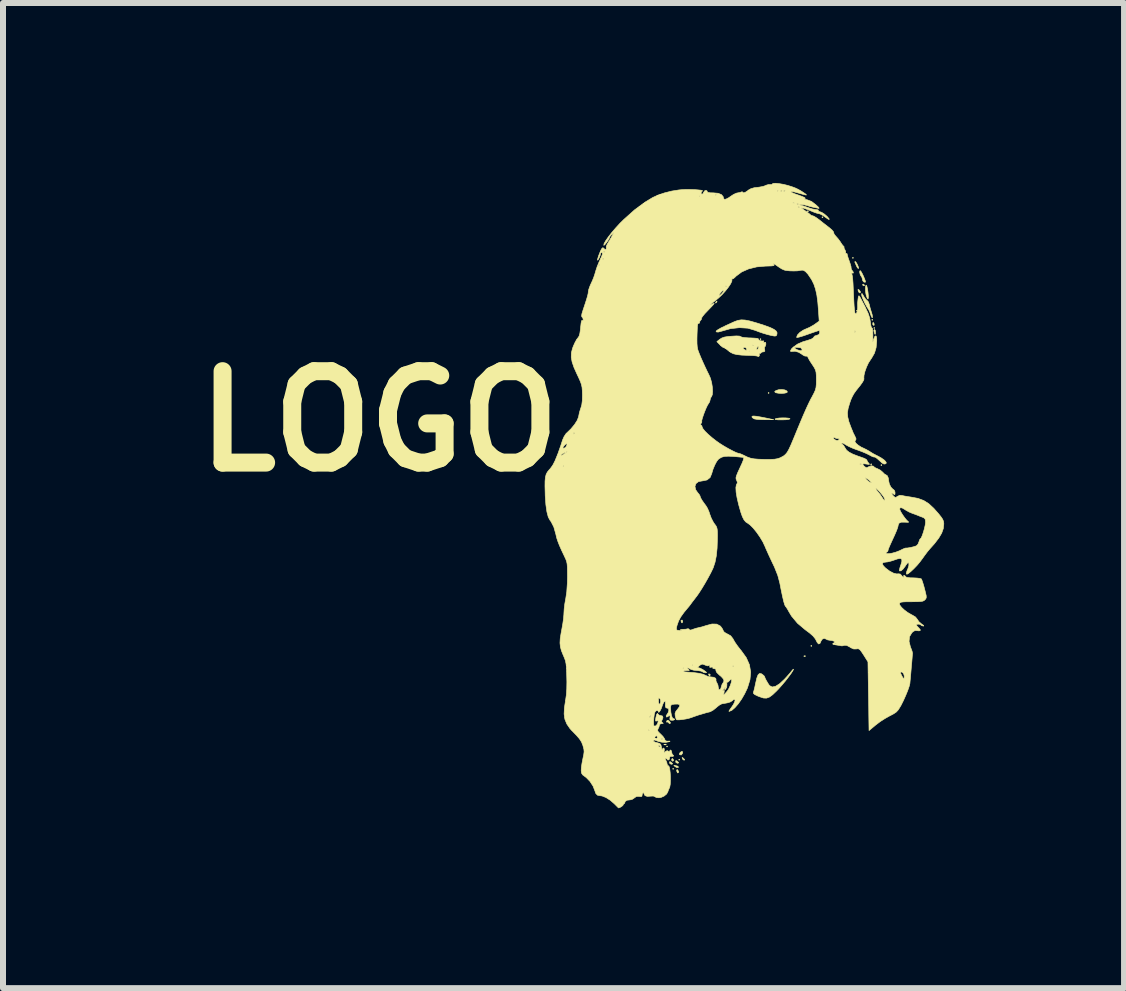
<source format=kicad_pcb>
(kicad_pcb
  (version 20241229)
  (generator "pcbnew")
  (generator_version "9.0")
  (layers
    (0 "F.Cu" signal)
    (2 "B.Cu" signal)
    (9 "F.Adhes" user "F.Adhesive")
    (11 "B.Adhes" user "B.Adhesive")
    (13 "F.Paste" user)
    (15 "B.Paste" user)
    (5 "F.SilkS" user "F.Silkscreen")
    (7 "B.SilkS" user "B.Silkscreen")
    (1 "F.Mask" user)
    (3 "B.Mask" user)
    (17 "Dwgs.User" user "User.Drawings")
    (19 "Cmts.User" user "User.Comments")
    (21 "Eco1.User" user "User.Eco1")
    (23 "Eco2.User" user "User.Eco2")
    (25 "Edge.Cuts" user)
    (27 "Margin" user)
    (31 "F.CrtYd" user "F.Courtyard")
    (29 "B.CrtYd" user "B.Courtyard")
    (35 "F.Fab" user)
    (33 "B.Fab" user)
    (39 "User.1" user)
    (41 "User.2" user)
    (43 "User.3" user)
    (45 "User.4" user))
  (footprint "LOGO"
    (layer "F.Cu")
    (at 9.873 5.372)
    (property "Reference" "LOGO" (at -6.6 -1.4 0) (layer "F.SilkS") (effects (font (size 1.524 1.524) (thickness 0.3))))
    (attr through_hole)
    (fp_poly (pts (xy -1.795 4.022) (xy -1.803 4.03) (xy -1.812 4.022) (xy -1.803 4.013) (xy -1.795 4.022)) (stroke (width 0.01) (type solid)) (fill yes) (layer "F.SilkS"))
    (fp_poly (pts (xy -1.693 4.394) (xy -1.702 4.403) (xy -1.71 4.394) (xy -1.702 4.386) (xy -1.693 4.394)) (stroke (width 0.01) (type solid)) (fill yes) (layer "F.SilkS"))
    (fp_poly (pts (xy -1.592 4.242) (xy -1.6 4.25) (xy -1.609 4.242) (xy -1.6 4.233) (xy -1.592 4.242)) (stroke (width 0.01) (type solid)) (fill yes) (layer "F.SilkS"))
    (fp_poly (pts (xy -0.237 -2.769) (xy -0.246 -2.76) (xy -0.254 -2.769) (xy -0.246 -2.777) (xy -0.237 -2.769)) (stroke (width 0.01) (type solid)) (fill yes) (layer "F.SilkS"))
    (fp_poly (pts (xy -0.102 -1.871) (xy -0.11 -1.863) (xy -0.119 -1.871) (xy -0.11 -1.88) (xy -0.102 -1.871)) (stroke (width 0.01) (type solid)) (fill yes) (layer "F.SilkS"))
    (fp_poly (pts (xy 0.61 2.345) (xy 0.601 2.354) (xy 0.593 2.345) (xy 0.601 2.337) (xy 0.61 2.345)) (stroke (width 0.01) (type solid)) (fill yes) (layer "F.SilkS"))
    (fp_poly (pts (xy 0.796 -4.801) (xy 0.787 -4.792) (xy 0.779 -4.801) (xy 0.787 -4.809) (xy 0.796 -4.801)) (stroke (width 0.01) (type solid)) (fill yes) (layer "F.SilkS"))
    (fp_poly (pts (xy 1.304 -4.123) (xy 1.295 -4.115) (xy 1.287 -4.123) (xy 1.295 -4.132) (xy 1.304 -4.123)) (stroke (width 0.01) (type solid)) (fill yes) (layer "F.SilkS"))
    (fp_poly (pts (xy 1.372 -3.243) (xy 1.363 -3.234) (xy 1.355 -3.243) (xy 1.363 -3.251) (xy 1.372 -3.243)) (stroke (width 0.01) (type solid)) (fill yes) (layer "F.SilkS"))
    (fp_poly (pts (xy 1.626 -3.09) (xy 1.617 -3.082) (xy 1.609 -3.09) (xy 1.617 -3.099) (xy 1.626 -3.09)) (stroke (width 0.01) (type solid)) (fill yes) (layer "F.SilkS"))
    (fp_poly (pts (xy 1.659 -2.955) (xy 1.651 -2.946) (xy 1.643 -2.955) (xy 1.651 -2.963) (xy 1.659 -2.955)) (stroke (width 0.01) (type solid)) (fill yes) (layer "F.SilkS"))
    (fp_poly (pts (xy 1.778 -0.669) (xy 1.77 -0.66) (xy 1.761 -0.669) (xy 1.77 -0.677) (xy 1.778 -0.669)) (stroke (width 0.01) (type solid)) (fill yes) (layer "F.SilkS"))
    (fp_poly (pts (xy -1.816 3.986) (xy -1.822 3.994) (xy -1.839 3.995) (xy -1.857 3.991) (xy -1.849 3.985) (xy -1.822 3.983) (xy -1.816 3.986)) (stroke (width 0.01) (type solid)) (fill yes) (layer "F.SilkS"))
    (fp_poly (pts (xy 0.502 2.512) (xy 0.5 2.522) (xy 0.491 2.523) (xy 0.477 2.517) (xy 0.48 2.512) (xy 0.5 2.51) (xy 0.502 2.512)) (stroke (width 0.01) (type solid)) (fill yes) (layer "F.SilkS"))
    (fp_poly (pts (xy 0.553 -4.905) (xy 0.551 -4.895) (xy 0.542 -4.894) (xy 0.528 -4.9) (xy 0.531 -4.905) (xy 0.551 -4.907) (xy 0.553 -4.905)) (stroke (width 0.01) (type solid)) (fill yes) (layer "F.SilkS"))
    (fp_poly (pts (xy 1.603 -0.689) (xy 1.605 -0.669) (xy 1.603 -0.666) (xy 1.593 -0.668) (xy 1.592 -0.677) (xy 1.598 -0.691) (xy 1.603 -0.689)) (stroke (width 0.01) (type solid)) (fill yes) (layer "F.SilkS"))
    (fp_poly (pts (xy -1.542 1.934) (xy -1.545 1.95) (xy -1.554 1.962) (xy -1.565 1.95) (xy -1.571 1.925) (xy -1.568 1.918) (xy -1.551 1.915) (xy -1.542 1.934)) (stroke (width 0.01) (type solid)) (fill yes) (layer "F.SilkS"))
    (fp_poly (pts (xy -1.71 4.225) (xy -1.694 4.247) (xy -1.693 4.251) (xy -1.706 4.267) (xy -1.71 4.267) (xy -1.725 4.253) (xy -1.727 4.241) (xy -1.719 4.223) (xy -1.71 4.225)) (stroke (width 0.01) (type solid)) (fill yes) (layer "F.SilkS"))
    (fp_poly (pts (xy -1.664 4.34) (xy -1.625 4.35) (xy -1.613 4.365) (xy -1.62 4.374) (xy -1.643 4.372) (xy -1.668 4.358) (xy -1.69 4.34) (xy -1.684 4.337) (xy -1.664 4.34)) (stroke (width 0.01) (type solid)) (fill yes) (layer "F.SilkS"))
    (fp_poly (pts (xy -1.624 4.415) (xy -1.61 4.442) (xy -1.611 4.453) (xy -1.625 4.463) (xy -1.63 4.46) (xy -1.641 4.434) (xy -1.643 4.422) (xy -1.637 4.406) (xy -1.624 4.415)) (stroke (width 0.01) (type solid)) (fill yes) (layer "F.SilkS"))
    (fp_poly (pts (xy -1.542 4.114) (xy -1.547 4.139) (xy -1.567 4.164) (xy -1.594 4.158) (xy -1.597 4.155) (xy -1.595 4.137) (xy -1.582 4.119) (xy -1.555 4.103) (xy -1.542 4.114)) (stroke (width 0.01) (type solid)) (fill yes) (layer "F.SilkS"))
    (fp_poly (pts (xy -1.538 4.212) (xy -1.533 4.216) (xy -1.509 4.24) (xy -1.515 4.25) (xy -1.522 4.25) (xy -1.54 4.237) (xy -1.548 4.222) (xy -1.552 4.204) (xy -1.538 4.212)) (stroke (width 0.01) (type solid)) (fill yes) (layer "F.SilkS"))
    (fp_poly (pts (xy -1.084 2.823) (xy -1.084 2.828) (xy -1.09 2.844) (xy -1.091 2.845) (xy -1.106 2.833) (xy -1.109 2.828) (xy -1.108 2.812) (xy -1.102 2.811) (xy -1.084 2.823)) (stroke (width 0.01) (type solid)) (fill yes) (layer "F.SilkS"))
    (fp_poly (pts (xy -0.971 -3.393) (xy -0.974 -3.387) (xy -0.99 -3.37) (xy -0.993 -3.37) (xy -0.994 -3.381) (xy -0.991 -3.387) (xy -0.975 -3.403) (xy -0.972 -3.404) (xy -0.971 -3.393)) (stroke (width 0.01) (type solid)) (fill yes) (layer "F.SilkS"))
    (fp_poly (pts (xy 1.393 -3.593) (xy 1.398 -3.589) (xy 1.419 -3.563) (xy 1.419 -3.543) (xy 1.407 -3.539) (xy 1.392 -3.553) (xy 1.383 -3.574) (xy 1.38 -3.597) (xy 1.393 -3.593)) (stroke (width 0.01) (type solid)) (fill yes) (layer "F.SilkS"))
    (fp_poly (pts (xy 1.473 -3.683) (xy 1.489 -3.668) (xy 1.49 -3.665) (xy 1.477 -3.658) (xy 1.473 -3.658) (xy 1.457 -3.671) (xy 1.456 -3.676) (xy 1.467 -3.686) (xy 1.473 -3.683)) (stroke (width 0.01) (type solid)) (fill yes) (layer "F.SilkS"))
    (fp_poly (pts (xy 1.643 -3.035) (xy 1.649 -3.023) (xy 1.649 -3.001) (xy 1.642 -2.997) (xy 1.627 -3.011) (xy 1.626 -3.023) (xy 1.629 -3.045) (xy 1.632 -3.048) (xy 1.643 -3.035)) (stroke (width 0.01) (type solid)) (fill yes) (layer "F.SilkS"))
    (fp_poly (pts (xy 1.668 -2.915) (xy 1.672 -2.887) (xy 1.67 -2.852) (xy 1.663 -2.849) (xy 1.653 -2.872) (xy 1.643 -2.913) (xy 1.654 -2.929) (xy 1.657 -2.929) (xy 1.668 -2.915)) (stroke (width 0.01) (type solid)) (fill yes) (layer "F.SilkS"))
    (fp_poly (pts (xy -1.738 4.282) (xy -1.736 4.284) (xy -1.715 4.304) (xy -1.71 4.312) (xy -1.724 4.317) (xy -1.736 4.318) (xy -1.758 4.304) (xy -1.761 4.291) (xy -1.757 4.273) (xy -1.738 4.282)) (stroke (width 0.01) (type solid)) (fill yes) (layer "F.SilkS"))
    (fp_poly (pts (xy -1.637 4.265) (xy -1.634 4.267) (xy -1.613 4.287) (xy -1.609 4.295) (xy -1.622 4.3) (xy -1.634 4.301) (xy -1.656 4.287) (xy -1.659 4.274) (xy -1.655 4.256) (xy -1.637 4.265)) (stroke (width 0.01) (type solid)) (fill yes) (layer "F.SilkS"))
    (fp_poly (pts (xy 1.347 -4.051) (xy 1.365 -4.021) (xy 1.381 -3.985) (xy 1.39 -3.957) (xy 1.386 -3.945) (xy 1.37 -3.959) (xy 1.354 -3.99) (xy 1.338 -4.028) (xy 1.328 -4.05) (xy 1.329 -4.063) (xy 1.333 -4.063) (xy 1.347 -4.051)) (stroke (width 0.01) (type solid)) (fill yes) (layer "F.SilkS"))
    (fp_poly (pts (xy -1.778 3.589) (xy -1.768 3.598) (xy -1.746 3.627) (xy -1.753 3.64) (xy -1.761 3.641) (xy -1.777 3.628) (xy -1.778 3.623) (xy -1.788 3.613) (xy -1.795 3.615) (xy -1.811 3.616) (xy -1.812 3.611) (xy -1.802 3.586) (xy -1.778 3.589)) (stroke (width 0.01) (type solid)) (fill yes) (layer "F.SilkS"))
    (fp_poly (pts (xy -0.315 -1.483) (xy -0.245 -1.471) (xy -0.148 -1.452) (xy -0.144 -1.451) (xy -0.025 -1.426) (xy -0.169 -1.425) (xy -0.241 -1.427) (xy -0.303 -1.431) (xy -0.345 -1.438) (xy -0.351 -1.44) (xy -0.381 -1.459) (xy -0.389 -1.474) (xy -0.382 -1.484) (xy -0.359 -1.487) (xy -0.315 -1.483)) (stroke (width 0.01) (type solid)) (fill yes) (layer "F.SilkS"))
    (fp_poly (pts (xy 0.16 -1.922) (xy 0.194 -1.905) (xy 0.203 -1.887) (xy 0.188 -1.875) (xy 0.151 -1.867) (xy 0.101 -1.864) (xy 0.051 -1.867) (xy 0.011 -1.875) (xy 0.000158 -1.88) (xy -0.009 -1.894) (xy 0.012 -1.911) (xy 0.014 -1.912) (xy 0.059 -1.926) (xy 0.111 -1.929) (xy 0.16 -1.922)) (stroke (width 0.01) (type solid)) (fill yes) (layer "F.SilkS"))
    (fp_poly (pts (xy 0.179 -1.455) (xy 0.222 -1.451) (xy 0.245 -1.444) (xy 0.246 -1.439) (xy 0.225 -1.431) (xy 0.179 -1.425) (xy 0.118 -1.423) (xy 0.105 -1.423) (xy 0.037 -1.424) (xy 0.002 -1.429) (xy -0.003 -1.437) (xy 0 -1.439) (xy 0.028 -1.448) (xy 0.073 -1.454) (xy 0.127 -1.456) (xy 0.179 -1.455)) (stroke (width 0.01) (type solid)) (fill yes) (layer "F.SilkS"))
    (fp_poly (pts (xy 1.528 -3.649) (xy 1.539 -3.602) (xy 1.547 -3.547) (xy 1.552 -3.495) (xy 1.552 -3.455) (xy 1.547 -3.438) (xy 1.546 -3.437) (xy 1.534 -3.452) (xy 1.52 -3.49) (xy 1.513 -3.517) (xy 1.506 -3.562) (xy 1.504 -3.606) (xy 1.506 -3.643) (xy 1.512 -3.666) (xy 1.52 -3.668) (xy 1.528 -3.649)) (stroke (width 0.01) (type solid)) (fill yes) (layer "F.SilkS"))
    (fp_poly (pts (xy 1.43 -3.897) (xy 1.45 -3.862) (xy 1.472 -3.816) (xy 1.491 -3.77) (xy 1.504 -3.734) (xy 1.505 -3.719) (xy 1.486 -3.718) (xy 1.477 -3.721) (xy 1.459 -3.742) (xy 1.456 -3.759) (xy 1.445 -3.798) (xy 1.435 -3.813) (xy 1.418 -3.841) (xy 1.409 -3.876) (xy 1.409 -3.903) (xy 1.417 -3.911) (xy 1.43 -3.897)) (stroke (width 0.01) (type solid)) (fill yes) (layer "F.SilkS"))
    (fp_poly (pts (xy 1.452 -3.524) (xy 1.471 -3.491) (xy 1.473 -3.486) (xy 1.5 -3.445) (xy 1.525 -3.418) (xy 1.53 -3.415) (xy 1.55 -3.394) (xy 1.566 -3.353) (xy 1.567 -3.35) (xy 1.58 -3.297) (xy 1.598 -3.235) (xy 1.603 -3.22) (xy 1.617 -3.172) (xy 1.622 -3.136) (xy 1.621 -3.127) (xy 1.612 -3.129) (xy 1.599 -3.156) (xy 1.592 -3.175) (xy 1.576 -3.222) (xy 1.561 -3.254) (xy 1.558 -3.26) (xy 1.529 -3.305) (xy 1.497 -3.363) (xy 1.469 -3.423) (xy 1.448 -3.474) (xy 1.44 -3.508) (xy 1.44 -3.509) (xy 1.443 -3.529) (xy 1.452 -3.524)) (stroke (width 0.01) (type solid)) (fill yes) (layer "F.SilkS"))
    (fp_poly (pts (xy -0.504 -3.087) (xy -0.427 -3.072) (xy -0.327 -3.044) (xy -0.281 -3.03) (xy -0.165 -2.992) (xy -0.079 -2.96) (xy -0.02 -2.931) (xy 0.015 -2.904) (xy 0.03 -2.878) (xy 0.03 -2.863) (xy 0.025 -2.836) (xy 0.011 -2.822) (xy -0.016 -2.82) (xy -0.064 -2.829) (xy -0.129 -2.845) (xy -0.203 -2.867) (xy -0.279 -2.893) (xy -0.332 -2.914) (xy -0.456 -2.951) (xy -0.596 -2.96) (xy -0.747 -2.943) (xy -0.895 -2.901) (xy -0.952 -2.886) (xy -0.983 -2.89) (xy -0.985 -2.892) (xy -0.983 -2.905) (xy -0.955 -2.926) (xy -0.901 -2.957) (xy -0.818 -2.997) (xy -0.706 -3.048) (xy -0.675 -3.062) (xy -0.622 -3.081) (xy -0.567 -3.09) (xy -0.504 -3.087)) (stroke (width 0.01) (type solid)) (fill yes) (layer "F.SilkS"))
    (fp_poly (pts (xy 0.305 2.735) (xy 0.294 2.759) (xy 0.265 2.804) (xy 0.223 2.861) (xy 0.172 2.927) (xy 0.116 2.994) (xy 0.06 3.057) (xy 0.024 3.095) (xy -0.043 3.159) (xy -0.096 3.198) (xy -0.145 3.216) (xy -0.196 3.214) (xy -0.26 3.193) (xy -0.293 3.18) (xy -0.342 3.156) (xy -0.363 3.136) (xy -0.363 3.117) (xy -0.354 3.088) (xy -0.341 3.036) (xy -0.328 2.972) (xy -0.326 2.965) (xy -0.307 2.882) (xy -0.287 2.83) (xy -0.264 2.806) (xy -0.236 2.807) (xy -0.216 2.819) (xy -0.188 2.842) (xy -0.177 2.858) (xy -0.168 2.884) (xy -0.147 2.925) (xy -0.121 2.969) (xy -0.098 3.003) (xy -0.092 3.009) (xy -0.05 3.03) (xy 0.005 3.019) (xy 0.072 2.977) (xy 0.151 2.904) (xy 0.154 2.901) (xy 0.201 2.85) (xy 0.244 2.801) (xy 0.268 2.771) (xy 0.292 2.742) (xy 0.304 2.733) (xy 0.305 2.735)) (stroke (width 0.01) (type solid)) (fill yes) (layer "F.SilkS"))
    (fp_poly (pts (xy -0.594 -2.819) (xy -0.575 -2.81) (xy -0.554 -2.801) (xy -0.506 -2.794) (xy -0.439 -2.789) (xy -0.419 -2.789) (xy -0.355 -2.786) (xy -0.307 -2.782) (xy -0.283 -2.776) (xy -0.282 -2.774) (xy -0.276 -2.758) (xy -0.251 -2.743) (xy -0.219 -2.737) (xy -0.205 -2.739) (xy -0.19 -2.739) (xy -0.195 -2.726) (xy -0.199 -2.711) (xy -0.181 -2.714) (xy -0.16 -2.715) (xy -0.156 -2.691) (xy -0.156 -2.683) (xy -0.164 -2.652) (xy -0.173 -2.642) (xy -0.18 -2.628) (xy -0.176 -2.599) (xy -0.173 -2.568) (xy -0.19 -2.557) (xy -0.201 -2.557) (xy -0.23 -2.55) (xy -0.237 -2.539) (xy -0.248 -2.53) (xy -0.257 -2.533) (xy -0.27 -2.534) (xy -0.266 -2.518) (xy -0.265 -2.49) (xy -0.279 -2.477) (xy -0.294 -2.484) (xy -0.315 -2.489) (xy -0.361 -2.494) (xy -0.424 -2.497) (xy -0.453 -2.498) (xy -0.559 -2.502) (xy -0.638 -2.511) (xy -0.698 -2.525) (xy -0.744 -2.548) (xy -0.768 -2.565) (xy -0.44 -2.565) (xy -0.432 -2.557) (xy -0.423 -2.565) (xy -0.432 -2.574) (xy -0.44 -2.565) (xy -0.768 -2.565) (xy -0.781 -2.576) (xy -0.819 -2.606) (xy -0.843 -2.62) (xy -0.537 -2.62) (xy -0.528 -2.606) (xy -0.516 -2.597) (xy -0.485 -2.581) (xy -0.474 -2.592) (xy -0.476 -2.599) (xy -0.313 -2.599) (xy -0.307 -2.591) (xy -0.289 -2.604) (xy -0.281 -2.619) (xy -0.275 -2.648) (xy -0.285 -2.651) (xy -0.304 -2.626) (xy -0.313 -2.599) (xy -0.476 -2.599) (xy -0.48 -2.615) (xy -0.501 -2.633) (xy -0.518 -2.63) (xy -0.537 -2.62) (xy -0.843 -2.62) (xy -0.848 -2.623) (xy -0.855 -2.625) (xy -0.878 -2.636) (xy -0.912 -2.664) (xy -0.917 -2.67) (xy -0.384 -2.67) (xy -0.381 -2.66) (xy -0.373 -2.659) (xy -0.359 -2.665) (xy -0.361 -2.67) (xy -0.381 -2.672) (xy -0.384 -2.67) (xy -0.917 -2.67) (xy -0.923 -2.676) (xy -0.973 -2.727) (xy -0.923 -2.767) (xy -0.889 -2.788) (xy -0.846 -2.803) (xy -0.784 -2.813) (xy -0.73 -2.817) (xy -0.646 -2.822) (xy -0.594 -2.819)) (stroke (width 0.01) (type solid)) (fill yes) (layer "F.SilkS"))
    (fp_poly (pts (xy 0.064 -5.361) (xy 0.136 -5.349) (xy 0.213 -5.33) (xy 0.288 -5.306) (xy 0.333 -5.289) (xy 0.376 -5.269) (xy 0.425 -5.242) (xy 0.47 -5.213) (xy 0.505 -5.189) (xy 0.521 -5.173) (xy 0.52 -5.171) (xy 0.503 -5.173) (xy 0.461 -5.183) (xy 0.405 -5.199) (xy 0.4 -5.2) (xy 0.325 -5.221) (xy 0.278 -5.229) (xy 0.26 -5.226) (xy 0.272 -5.215) (xy 0.316 -5.195) (xy 0.378 -5.173) (xy 0.452 -5.146) (xy 0.493 -5.127) (xy 0.501 -5.115) (xy 0.497 -5.113) (xy 0.488 -5.104) (xy 0.511 -5.096) (xy 0.534 -5.091) (xy 0.605 -5.064) (xy 0.677 -5.009) (xy 0.717 -4.972) (xy 0.732 -4.952) (xy 0.726 -4.948) (xy 0.711 -4.951) (xy 0.659 -4.963) (xy 0.627 -4.969) (xy 0.578 -4.981) (xy 0.537 -4.994) (xy 0.485 -5.007) (xy 0.443 -5.011) (xy 0.398 -5.009) (xy 0.449 -4.995) (xy 0.499 -4.979) (xy 0.557 -4.959) (xy 0.567 -4.955) (xy 0.622 -4.938) (xy 0.673 -4.929) (xy 0.683 -4.928) (xy 0.714 -4.923) (xy 0.72 -4.911) (xy 0.724 -4.897) (xy 0.741 -4.894) (xy 0.775 -4.882) (xy 0.82 -4.853) (xy 0.864 -4.815) (xy 0.896 -4.777) (xy 0.9 -4.771) (xy 0.898 -4.762) (xy 0.874 -4.774) (xy 0.838 -4.8) (xy 0.79 -4.833) (xy 0.748 -4.855) (xy 0.729 -4.86) (xy 0.697 -4.867) (xy 0.648 -4.884) (xy 0.607 -4.901) (xy 0.548 -4.926) (xy 0.492 -4.946) (xy 0.466 -4.953) (xy 0.441 -4.957) (xy 0.439 -4.952) (xy 0.462 -4.934) (xy 0.5 -4.908) (xy 0.546 -4.876) (xy 0.579 -4.85) (xy 0.59 -4.839) (xy 0.609 -4.827) (xy 0.622 -4.826) (xy 0.648 -4.816) (xy 0.69 -4.79) (xy 0.739 -4.754) (xy 0.8 -4.705) (xy 0.866 -4.654) (xy 0.906 -4.623) (xy 0.946 -4.588) (xy 0.971 -4.558) (xy 0.975 -4.544) (xy 0.981 -4.521) (xy 1.006 -4.489) (xy 1.01 -4.485) (xy 1.047 -4.443) (xy 1.084 -4.393) (xy 1.088 -4.386) (xy 1.115 -4.345) (xy 1.138 -4.318) (xy 1.142 -4.314) (xy 1.151 -4.303) (xy 1.147 -4.301) (xy 1.145 -4.289) (xy 1.16 -4.262) (xy 1.175 -4.229) (xy 1.174 -4.211) (xy 1.176 -4.2) (xy 1.183 -4.199) (xy 1.199 -4.191) (xy 1.199 -4.187) (xy 1.203 -4.165) (xy 1.216 -4.122) (xy 1.233 -4.074) (xy 1.252 -4.019) (xy 1.264 -3.976) (xy 1.265 -3.956) (xy 1.27 -3.93) (xy 1.281 -3.915) (xy 1.3 -3.889) (xy 1.302 -3.87) (xy 1.289 -3.869) (xy 1.284 -3.871) (xy 1.272 -3.872) (xy 1.278 -3.851) (xy 1.286 -3.818) (xy 1.292 -3.763) (xy 1.297 -3.7) (xy 1.304 -3.544) (xy 1.31 -3.42) (xy 1.315 -3.325) (xy 1.321 -3.258) (xy 1.326 -3.216) (xy 1.331 -3.198) (xy 1.346 -3.191) (xy 1.36 -3.21) (xy 1.37 -3.247) (xy 1.374 -3.293) (xy 1.374 -3.307) (xy 1.373 -3.369) (xy 1.38 -3.434) (xy 1.381 -3.44) (xy 1.385 -3.469) (xy 1.39 -3.487) (xy 1.397 -3.491) (xy 1.409 -3.477) (xy 1.428 -3.443) (xy 1.458 -3.385) (xy 1.502 -3.301) (xy 1.504 -3.295) (xy 1.548 -3.202) (xy 1.574 -3.124) (xy 1.587 -3.051) (xy 1.587 -3.05) (xy 1.594 -2.998) (xy 1.603 -2.964) (xy 1.611 -2.956) (xy 1.621 -2.948) (xy 1.626 -2.909) (xy 1.628 -2.839) (xy 1.628 -2.777) (xy 1.627 -2.718) (xy 1.644 -2.773) (xy 1.661 -2.815) (xy 1.677 -2.825) (xy 1.688 -2.805) (xy 1.692 -2.755) (xy 1.692 -2.739) (xy 1.682 -2.628) (xy 1.655 -2.536) (xy 1.607 -2.452) (xy 1.591 -2.429) (xy 1.554 -2.372) (xy 1.522 -2.303) (xy 1.496 -2.231) (xy 1.48 -2.166) (xy 1.477 -2.118) (xy 1.48 -2.107) (xy 1.474 -2.084) (xy 1.45 -2.043) (xy 1.414 -1.993) (xy 1.408 -1.986) (xy 1.352 -1.916) (xy 1.312 -1.86) (xy 1.284 -1.809) (xy 1.259 -1.753) (xy 1.239 -1.694) (xy 1.215 -1.611) (xy 1.204 -1.54) (xy 1.209 -1.47) (xy 1.228 -1.392) (xy 1.264 -1.296) (xy 1.271 -1.278) (xy 1.287 -1.241) (xy 1.295 -1.22) (xy 1.295 -1.219) (xy 1.303 -1.2) (xy 1.322 -1.164) (xy 1.327 -1.153) (xy 1.346 -1.113) (xy 1.345 -1.092) (xy 1.336 -1.082) (xy 1.328 -1.062) (xy 1.346 -1.033) (xy 1.384 -1) (xy 1.436 -0.967) (xy 1.461 -0.956) (xy 1.519 -0.928) (xy 1.573 -0.897) (xy 1.583 -0.89) (xy 1.63 -0.861) (xy 1.689 -0.83) (xy 1.712 -0.819) (xy 1.766 -0.789) (xy 1.813 -0.756) (xy 1.827 -0.744) (xy 1.85 -0.715) (xy 1.85 -0.699) (xy 1.836 -0.689) (xy 1.813 -0.686) (xy 1.781 -0.704) (xy 1.737 -0.744) (xy 1.698 -0.779) (xy 1.668 -0.8) (xy 1.656 -0.803) (xy 1.636 -0.805) (xy 1.599 -0.821) (xy 1.572 -0.836) (xy 1.52 -0.862) (xy 1.449 -0.892) (xy 1.374 -0.92) (xy 1.363 -0.923) (xy 1.292 -0.95) (xy 1.227 -0.979) (xy 1.18 -1.005) (xy 1.174 -1.009) (xy 1.135 -1.033) (xy 1.112 -1.036) (xy 1.109 -1.033) (xy 1.111 -1.017) (xy 1.117 -1.016) (xy 1.135 -1.002) (xy 1.158 -0.968) (xy 1.163 -0.958) (xy 1.189 -0.918) (xy 1.232 -0.884) (xy 1.295 -0.851) (xy 1.384 -0.817) (xy 1.428 -0.802) (xy 1.48 -0.783) (xy 1.516 -0.765) (xy 1.527 -0.753) (xy 1.537 -0.729) (xy 1.555 -0.705) (xy 1.571 -0.686) (xy 1.565 -0.679) (xy 1.533 -0.684) (xy 1.52 -0.686) (xy 1.474 -0.692) (xy 1.459 -0.685) (xy 1.472 -0.662) (xy 1.488 -0.645) (xy 1.519 -0.625) (xy 1.536 -0.629) (xy 1.563 -0.644) (xy 1.598 -0.653) (xy 1.63 -0.654) (xy 1.643 -0.645) (xy 1.657 -0.63) (xy 1.693 -0.613) (xy 1.702 -0.61) (xy 1.751 -0.585) (xy 1.791 -0.551) (xy 1.793 -0.549) (xy 1.821 -0.52) (xy 1.843 -0.508) (xy 1.867 -0.493) (xy 1.885 -0.454) (xy 1.892 -0.403) (xy 1.892 -0.402) (xy 1.903 -0.352) (xy 1.929 -0.301) (xy 1.962 -0.266) (xy 1.974 -0.26) (xy 1.992 -0.238) (xy 1.998 -0.206) (xy 1.995 -0.178) (xy 1.983 -0.178) (xy 1.978 -0.183) (xy 1.95 -0.203) (xy 1.941 -0.199) (xy 1.952 -0.175) (xy 1.964 -0.161) (xy 1.993 -0.134) (xy 2.012 -0.13) (xy 2.034 -0.146) (xy 2.076 -0.165) (xy 2.112 -0.162) (xy 2.155 -0.153) (xy 2.216 -0.143) (xy 2.261 -0.136) (xy 2.38 -0.114) (xy 2.476 -0.078) (xy 2.56 -0.025) (xy 2.643 0.052) (xy 2.659 0.07) (xy 2.722 0.141) (xy 2.764 0.194) (xy 2.791 0.234) (xy 2.805 0.268) (xy 2.81 0.302) (xy 2.81 0.315) (xy 2.802 0.389) (xy 2.775 0.465) (xy 2.726 0.548) (xy 2.653 0.643) (xy 2.578 0.727) (xy 2.54 0.772) (xy 2.494 0.833) (xy 2.449 0.896) (xy 2.448 0.897) (xy 2.41 0.948) (xy 2.363 1.004) (xy 2.311 1.058) (xy 2.261 1.105) (xy 2.221 1.138) (xy 2.195 1.151) (xy 2.194 1.151) (xy 2.185 1.138) (xy 2.194 1.1) (xy 2.212 1.057) (xy 2.227 1.011) (xy 2.229 0.974) (xy 2.228 0.97) (xy 2.218 0.957) (xy 2.202 0.967) (xy 2.176 1.003) (xy 2.171 1.012) (xy 2.131 1.065) (xy 2.097 1.094) (xy 2.072 1.095) (xy 2.07 1.093) (xy 2.071 1.074) (xy 2.081 1.034) (xy 2.093 1) (xy 2.111 0.937) (xy 2.11 0.9) (xy 2.086 0.887) (xy 2.038 0.895) (xy 1.989 0.912) (xy 1.928 0.932) (xy 1.873 0.945) (xy 1.845 0.948) (xy 1.8 0.955) (xy 1.785 0.976) (xy 1.802 1.009) (xy 1.839 1.047) (xy 1.908 1.099) (xy 1.973 1.133) (xy 2.028 1.146) (xy 2.049 1.143) (xy 2.084 1.147) (xy 2.103 1.167) (xy 2.125 1.194) (xy 2.139 1.202) (xy 2.145 1.192) (xy 2.142 1.185) (xy 2.143 1.17) (xy 2.148 1.168) (xy 2.168 1.182) (xy 2.172 1.19) (xy 2.193 1.203) (xy 2.247 1.21) (xy 2.3 1.211) (xy 2.362 1.214) (xy 2.41 1.22) (xy 2.435 1.228) (xy 2.436 1.228) (xy 2.446 1.251) (xy 2.462 1.298) (xy 2.481 1.362) (xy 2.489 1.393) (xy 2.507 1.464) (xy 2.517 1.509) (xy 2.518 1.538) (xy 2.512 1.557) (xy 2.498 1.575) (xy 2.497 1.575) (xy 2.481 1.59) (xy 2.457 1.6) (xy 2.421 1.605) (xy 2.365 1.608) (xy 2.282 1.609) (xy 2.274 1.609) (xy 2.189 1.609) (xy 2.132 1.612) (xy 2.097 1.617) (xy 2.079 1.626) (xy 2.071 1.637) (xy 2.077 1.665) (xy 2.106 1.703) (xy 2.152 1.746) (xy 2.208 1.788) (xy 2.268 1.823) (xy 2.282 1.83) (xy 2.338 1.863) (xy 2.369 1.902) (xy 2.37 1.904) (xy 2.396 1.942) (xy 2.436 1.977) (xy 2.442 1.981) (xy 2.473 2.003) (xy 2.475 2.014) (xy 2.469 2.015) (xy 2.438 2.006) (xy 2.43 1.998) (xy 2.409 1.985) (xy 2.379 1.982) (xy 2.357 1.989) (xy 2.354 1.996) (xy 2.365 2.016) (xy 2.388 2.04) (xy 2.417 2.073) (xy 2.416 2.092) (xy 2.386 2.094) (xy 2.371 2.091) (xy 2.331 2.089) (xy 2.298 2.107) (xy 2.278 2.126) (xy 2.239 2.191) (xy 2.231 2.27) (xy 2.254 2.362) (xy 2.264 2.387) (xy 2.281 2.432) (xy 2.289 2.468) (xy 2.289 2.472) (xy 2.286 2.498) (xy 2.282 2.55) (xy 2.276 2.622) (xy 2.268 2.704) (xy 2.268 2.709) (xy 2.261 2.795) (xy 2.254 2.874) (xy 2.248 2.935) (xy 2.245 2.972) (xy 2.245 2.972) (xy 2.233 3.02) (xy 2.209 3.089) (xy 2.176 3.17) (xy 2.138 3.255) (xy 2.098 3.335) (xy 2.082 3.362) (xy 2.051 3.412) (xy 2.019 3.447) (xy 1.975 3.477) (xy 1.911 3.511) (xy 1.908 3.512) (xy 1.833 3.554) (xy 1.75 3.607) (xy 1.678 3.662) (xy 1.675 3.664) (xy 1.564 3.757) (xy 1.56 3.491) (xy 1.559 3.378) (xy 1.557 3.245) (xy 1.554 3.105) (xy 1.552 2.972) (xy 1.551 2.918) (xy 1.549 2.784) (xy 2.087 2.784) (xy 2.09 2.801) (xy 2.105 2.833) (xy 2.124 2.868) (xy 2.14 2.892) (xy 2.146 2.896) (xy 2.149 2.881) (xy 2.151 2.847) (xy 2.141 2.81) (xy 2.12 2.785) (xy 2.096 2.779) (xy 2.087 2.784) (xy 1.549 2.784) (xy 1.546 2.611) (xy 1.475 2.498) (xy 1.438 2.442) (xy 1.412 2.409) (xy 1.391 2.395) (xy 1.369 2.393) (xy 1.355 2.396) (xy 1.31 2.397) (xy 1.261 2.376) (xy 1.243 2.364) (xy 1.19 2.336) (xy 1.156 2.335) (xy 1.155 2.335) (xy 1.117 2.345) (xy 1.102 2.344) (xy 1.069 2.338) (xy 1.019 2.33) (xy 1.008 2.328) (xy 0.968 2.32) (xy 0.957 2.312) (xy 0.957 2.311) (xy 0.999 2.311) (xy 1.008 2.32) (xy 1.016 2.311) (xy 1.008 2.303) (xy 0.999 2.311) (xy 0.957 2.311) (xy 0.971 2.3) (xy 0.972 2.299) (xy 0.992 2.283) (xy 0.983 2.269) (xy 0.98 2.267) (xy 0.945 2.256) (xy 0.914 2.252) (xy 0.873 2.245) (xy 0.852 2.234) (xy 0.818 2.219) (xy 0.785 2.232) (xy 0.763 2.266) (xy 0.762 2.268) (xy 0.745 2.306) (xy 0.722 2.313) (xy 0.699 2.287) (xy 0.693 2.275) (xy 0.669 2.228) (xy 0.631 2.181) (xy 0.573 2.13) (xy 0.499 2.075) (xy 0.371 1.967) (xy 0.271 1.847) (xy 0.228 1.775) (xy 0.202 1.728) (xy 0.18 1.695) (xy 0.171 1.686) (xy 0.159 1.663) (xy 0.142 1.607) (xy 0.121 1.518) (xy 0.096 1.398) (xy 0.076 1.295) (xy 0.043 1.171) (xy -0.013 1.03) (xy -0.04 0.974) (xy -0.08 0.889) (xy -0.119 0.805) (xy -0.122 0.797) (xy 1.846 0.797) (xy 1.86 0.808) (xy 1.898 0.808) (xy 1.95 0.799) (xy 2.009 0.783) (xy 2.067 0.761) (xy 2.086 0.752) (xy 2.133 0.729) (xy 2.168 0.715) (xy 2.179 0.714) (xy 2.207 0.713) (xy 2.254 0.705) (xy 2.305 0.693) (xy 2.346 0.68) (xy 2.357 0.675) (xy 2.38 0.649) (xy 2.396 0.61) (xy 2.408 0.574) (xy 2.42 0.559) (xy 2.421 0.559) (xy 2.434 0.544) (xy 2.451 0.505) (xy 2.47 0.45) (xy 2.487 0.39) (xy 2.5 0.332) (xy 2.506 0.287) (xy 2.506 0.282) (xy 2.502 0.238) (xy 2.484 0.214) (xy 2.46 0.202) (xy 2.412 0.184) (xy 2.379 0.17) (xy 2.34 0.155) (xy 2.29 0.137) (xy 2.286 0.136) (xy 2.234 0.114) (xy 2.176 0.082) (xy 2.163 0.073) (xy 2.117 0.046) (xy 2.089 0.041) (xy 2.08 0.047) (xy 2.075 0.067) (xy 2.089 0.103) (xy 2.123 0.159) (xy 2.16 0.211) (xy 2.193 0.251) (xy 2.215 0.271) (xy 2.225 0.282) (xy 2.21 0.285) (xy 2.166 0.283) (xy 2.164 0.283) (xy 2.1 0.283) (xy 2.063 0.3) (xy 2.049 0.334) (xy 2.049 0.341) (xy 2.042 0.37) (xy 2.024 0.42) (xy 1.998 0.481) (xy 1.992 0.495) (xy 1.949 0.588) (xy 1.918 0.656) (xy 1.898 0.702) (xy 1.886 0.732) (xy 1.881 0.75) (xy 1.88 0.76) (xy 1.868 0.778) (xy 1.863 0.779) (xy 1.846 0.792) (xy 1.846 0.797) (xy -0.122 0.797) (xy -0.152 0.731) (xy -0.171 0.686) (xy -0.206 0.611) (xy -0.255 0.53) (xy -0.31 0.451) (xy -0.367 0.381) (xy -0.42 0.328) (xy -0.457 0.301) (xy -0.492 0.278) (xy -0.521 0.243) (xy -0.548 0.19) (xy -0.574 0.116) (xy -0.603 0.014) (xy -0.609 -0.008) (xy -0.636 -0.123) (xy -0.652 -0.219) (xy -0.655 -0.279) (xy 1.676 -0.279) (xy 1.687 -0.256) (xy 1.713 -0.223) (xy 1.715 -0.22) (xy 1.752 -0.175) (xy 1.786 -0.124) (xy 1.786 -0.123) (xy 1.811 -0.087) (xy 1.826 -0.077) (xy 1.827 -0.095) (xy 1.822 -0.113) (xy 1.808 -0.139) (xy 1.782 -0.175) (xy 1.749 -0.214) (xy 1.717 -0.25) (xy 1.691 -0.275) (xy 1.677 -0.281) (xy 1.676 -0.279) (xy -0.655 -0.279) (xy -0.656 -0.292) (xy -0.648 -0.339) (xy -0.643 -0.348) (xy -0.63 -0.374) (xy -0.639 -0.407) (xy -0.644 -0.415) (xy -0.653 -0.438) (xy -0.653 -0.457) (xy 1.502 -0.457) (xy 1.502 -0.448) (xy 1.523 -0.424) (xy 1.534 -0.415) (xy 1.57 -0.387) (xy 1.597 -0.373) (xy 1.6 -0.373) (xy 1.6 -0.382) (xy 1.579 -0.405) (xy 1.568 -0.415) (xy 1.532 -0.442) (xy 1.505 -0.457) (xy 1.502 -0.457) (xy -0.653 -0.457) (xy -0.654 -0.462) (xy -0.644 -0.496) (xy -0.623 -0.548) (xy -0.596 -0.606) (xy -0.558 -0.689) (xy 1.411 -0.689) (xy 1.413 -0.679) (xy 1.422 -0.677) (xy 1.436 -0.684) (xy 1.434 -0.689) (xy 1.414 -0.691) (xy 1.411 -0.689) (xy -0.558 -0.689) (xy -0.556 -0.692) (xy -0.532 -0.752) (xy -0.524 -0.786) (xy -0.529 -0.797) (xy -0.547 -0.799) (xy -0.59 -0.803) (xy -0.652 -0.809) (xy -0.686 -0.812) (xy -0.777 -0.817) (xy -0.844 -0.814) (xy -0.894 -0.8) (xy -0.936 -0.775) (xy -0.951 -0.762) (xy -0.978 -0.726) (xy -1.008 -0.669) (xy -1.036 -0.602) (xy -1.056 -0.536) (xy -1.058 -0.528) (xy -1.086 -0.461) (xy -1.137 -0.421) (xy -1.208 -0.406) (xy -1.211 -0.406) (xy -1.278 -0.394) (xy -1.321 -0.361) (xy -1.338 -0.314) (xy -1.326 -0.258) (xy -1.295 -0.213) (xy -1.267 -0.179) (xy -1.253 -0.154) (xy -1.253 -0.151) (xy -1.243 -0.122) (xy -1.216 -0.076) (xy -1.177 -0.021) (xy -1.157 0.005) (xy -1.13 0.049) (xy -1.104 0.109) (xy -1.091 0.149) (xy -1.066 0.216) (xy -1.032 0.281) (xy -1.013 0.31) (xy -0.99 0.34) (xy -0.976 0.366) (xy -0.968 0.397) (xy -0.964 0.44) (xy -0.963 0.505) (xy -0.964 0.564) (xy -0.969 0.717) (xy -0.982 0.844) (xy -1.003 0.95) (xy -1.033 1.041) (xy -1.041 1.059) (xy -1.074 1.127) (xy -1.119 1.211) (xy -1.17 1.301) (xy -1.223 1.389) (xy -1.272 1.465) (xy -1.311 1.521) (xy -1.315 1.525) (xy -1.353 1.575) (xy -1.39 1.623) (xy -1.397 1.633) (xy -1.425 1.671) (xy -1.447 1.699) (xy -1.448 1.699) (xy -1.521 1.787) (xy -1.574 1.861) (xy -1.61 1.928) (xy -1.635 1.998) (xy -1.643 2.028) (xy -1.648 2.067) (xy -1.639 2.082) (xy -1.634 2.083) (xy -1.599 2.088) (xy -1.58 2.093) (xy -1.561 2.097) (xy -1.571 2.087) (xy -1.573 2.086) (xy -1.58 2.075) (xy -1.559 2.07) (xy -1.536 2.069) (xy -1.491 2.067) (xy -1.461 2.06) (xy -1.459 2.059) (xy -1.44 2.062) (xy -1.435 2.07) (xy -1.423 2.082) (xy -1.396 2.078) (xy -1.37 2.068) (xy -1.318 2.051) (xy -1.272 2.04) (xy -1.27 2.039) (xy -1.228 2.03) (xy -1.173 2.013) (xy -1.151 2.006) (xy -1.054 1.98) (xy -0.976 1.982) (xy -0.918 2.012) (xy -0.904 2.027) (xy -0.878 2.064) (xy -0.865 2.094) (xy -0.864 2.097) (xy -0.849 2.116) (xy -0.813 2.139) (xy -0.797 2.146) (xy -0.742 2.177) (xy -0.704 2.226) (xy -0.696 2.242) (xy -0.669 2.288) (xy -0.627 2.348) (xy -0.579 2.41) (xy -0.569 2.421) (xy -0.483 2.54) (xy -0.43 2.659) (xy -0.409 2.782) (xy -0.421 2.91) (xy -0.463 3.046) (xy -0.508 3.141) (xy -0.56 3.231) (xy -0.616 3.311) (xy -0.672 3.375) (xy -0.723 3.419) (xy -0.767 3.437) (xy -0.771 3.437) (xy -0.768 3.426) (xy -0.748 3.396) (xy -0.732 3.374) (xy -0.699 3.325) (xy -0.677 3.282) (xy -0.669 3.25) (xy -0.675 3.234) (xy -0.695 3.241) (xy -0.717 3.26) (xy -0.752 3.281) (xy -0.799 3.295) (xy -0.799 3.295) (xy -0.85 3.304) (xy -0.89 3.311) (xy -0.923 3.327) (xy -0.965 3.358) (xy -0.986 3.377) (xy -1.032 3.414) (xy -1.078 3.44) (xy -1.095 3.446) (xy -1.142 3.457) (xy -1.206 3.476) (xy -1.277 3.497) (xy -1.342 3.519) (xy -1.389 3.536) (xy -1.397 3.539) (xy -1.435 3.551) (xy -1.488 3.563) (xy -1.547 3.572) (xy -1.599 3.578) (xy -1.635 3.578) (xy -1.645 3.576) (xy -1.656 3.553) (xy -1.667 3.512) (xy -1.667 3.511) (xy -1.67 3.471) (xy -1.656 3.436) (xy -1.627 3.4) (xy -1.595 3.356) (xy -1.593 3.328) (xy -1.621 3.315) (xy -1.676 3.316) (xy -1.72 3.322) (xy -1.739 3.336) (xy -1.744 3.365) (xy -1.744 3.376) (xy -1.74 3.448) (xy -1.729 3.507) (xy -1.714 3.545) (xy -1.7 3.556) (xy -1.678 3.565) (xy -1.676 3.571) (xy -1.691 3.582) (xy -1.72 3.586) (xy -1.751 3.581) (xy -1.757 3.561) (xy -1.754 3.545) (xy -1.753 3.514) (xy -1.768 3.505) (xy -1.787 3.522) (xy -1.808 3.532) (xy -1.814 3.529) (xy -1.818 3.51) (xy -1.805 3.49) (xy -1.782 3.453) (xy -1.773 3.416) (xy -1.78 3.39) (xy -1.799 3.383) (xy -1.822 3.377) (xy -1.832 3.347) (xy -1.83 3.298) (xy -1.832 3.27) (xy -1.844 3.269) (xy -1.861 3.29) (xy -1.879 3.33) (xy -1.882 3.34) (xy -1.898 3.386) (xy -1.917 3.424) (xy -1.934 3.448) (xy -1.945 3.452) (xy -1.947 3.441) (xy -1.958 3.423) (xy -1.981 3.424) (xy -2.002 3.442) (xy -2.005 3.449) (xy -2.016 3.488) (xy -2.023 3.542) (xy -2.027 3.598) (xy -2.028 3.646) (xy -2.023 3.676) (xy -2.021 3.68) (xy -1.993 3.68) (xy -1.967 3.652) (xy -1.956 3.625) (xy -1.95 3.597) (xy -1.962 3.593) (xy -1.973 3.596) (xy -1.991 3.599) (xy -1.996 3.584) (xy -1.99 3.544) (xy -1.99 3.544) (xy -1.977 3.49) (xy -1.965 3.47) (xy -1.953 3.482) (xy -1.952 3.484) (xy -1.931 3.502) (xy -1.913 3.505) (xy -1.878 3.515) (xy -1.871 3.543) (xy -1.883 3.573) (xy -1.896 3.602) (xy -1.885 3.62) (xy -1.88 3.624) (xy -1.866 3.636) (xy -1.883 3.64) (xy -1.892 3.64) (xy -1.923 3.65) (xy -1.93 3.666) (xy -1.939 3.701) (xy -1.952 3.726) (xy -1.961 3.749) (xy -1.954 3.771) (xy -1.926 3.801) (xy -1.91 3.815) (xy -1.872 3.854) (xy -1.847 3.89) (xy -1.842 3.903) (xy -1.83 3.927) (xy -1.798 3.934) (xy -1.786 3.933) (xy -1.755 3.932) (xy -1.755 3.937) (xy -1.77 3.943) (xy -1.82 3.953) (xy -1.886 3.951) (xy -1.948 3.938) (xy -1.975 3.927) (xy -2.008 3.915) (xy -2.026 3.917) (xy -2.03 3.935) (xy -2.001 3.951) (xy -1.961 3.961) (xy -1.924 3.972) (xy -1.905 3.995) (xy -1.895 4.039) (xy -1.888 4.074) (xy -1.883 4.082) (xy -1.882 4.077) (xy -1.871 4.052) (xy -1.861 4.047) (xy -1.849 4.061) (xy -1.85 4.09) (xy -1.854 4.119) (xy -1.844 4.12) (xy -1.83 4.107) (xy -1.802 4.091) (xy -1.781 4.101) (xy -1.765 4.113) (xy -1.761 4.101) (xy -1.75 4.082) (xy -1.744 4.081) (xy -1.73 4.095) (xy -1.727 4.114) (xy -1.719 4.146) (xy -1.71 4.157) (xy -1.693 4.177) (xy -1.705 4.189) (xy -1.727 4.187) (xy -1.754 4.188) (xy -1.761 4.214) (xy -1.761 4.214) (xy -1.77 4.244) (xy -1.789 4.248) (xy -1.803 4.233) (xy -1.827 4.217) (xy -1.832 4.216) (xy -1.838 4.226) (xy -1.827 4.244) (xy -1.808 4.284) (xy -1.804 4.307) (xy -1.795 4.336) (xy -1.781 4.343) (xy -1.768 4.359) (xy -1.758 4.4) (xy -1.751 4.458) (xy -1.747 4.526) (xy -1.747 4.593) (xy -1.75 4.654) (xy -1.758 4.698) (xy -1.763 4.71) (xy -1.781 4.75) (xy -1.789 4.775) (xy -1.81 4.814) (xy -1.853 4.849) (xy -1.905 4.872) (xy -1.939 4.877) (xy -1.981 4.872) (xy -2.007 4.86) (xy -2.008 4.858) (xy -2.032 4.848) (xy -2.074 4.85) (xy -2.133 4.854) (xy -2.171 4.841) (xy -2.184 4.816) (xy -2.194 4.794) (xy -2.201 4.792) (xy -2.215 4.806) (xy -2.218 4.828) (xy -2.223 4.853) (xy -2.245 4.858) (xy -2.267 4.854) (xy -2.314 4.855) (xy -2.346 4.878) (xy -2.383 4.903) (xy -2.414 4.911) (xy -2.47 4.918) (xy -2.501 4.938) (xy -2.506 4.955) (xy -2.516 4.976) (xy -2.524 4.978) (xy -2.535 4.988) (xy -2.533 4.993) (xy -2.541 5.007) (xy -2.566 5.026) (xy -2.595 5.042) (xy -2.613 5.046) (xy -2.625 5.034) (xy -2.654 5.005) (xy -2.682 4.977) (xy -2.75 4.918) (xy -2.821 4.873) (xy -2.886 4.847) (xy -2.916 4.843) (xy -2.963 4.834) (xy -2.991 4.805) (xy -3.004 4.767) (xy -3.036 4.684) (xy -3.088 4.604) (xy -3.15 4.54) (xy -3.167 4.527) (xy -3.209 4.496) (xy -3.229 4.466) (xy -3.234 4.426) (xy -3.234 4.418) (xy -3.231 4.369) (xy -3.221 4.301) (xy -3.207 4.229) (xy -3.206 4.224) (xy -3.192 4.157) (xy -3.186 4.11) (xy -3.189 4.071) (xy -3.2 4.027) (xy -3.204 4.012) (xy -1.947 4.012) (xy -1.935 4.029) (xy -1.93 4.03) (xy -1.914 4.024) (xy -1.913 4.023) (xy -1.925 4.008) (xy -1.93 4.005) (xy -1.946 4.006) (xy -1.947 4.012) (xy -3.204 4.012) (xy -3.207 4.003) (xy -3.229 3.947) (xy -3.262 3.896) (xy -3.262 3.895) (xy -1.897 3.895) (xy -1.89 3.909) (xy -1.885 3.906) (xy -1.883 3.886) (xy -1.885 3.883) (xy -1.895 3.886) (xy -1.897 3.895) (xy -3.262 3.895) (xy -3.278 3.877) (xy -2.008 3.877) (xy -2.003 3.884) (xy -1.979 3.894) (xy -1.965 3.876) (xy -1.964 3.869) (xy -1.973 3.847) (xy -1.98 3.844) (xy -2.002 3.855) (xy -2.008 3.877) (xy -3.278 3.877) (xy -3.311 3.839) (xy -3.344 3.805) (xy -3.396 3.751) (xy -2.117 3.751) (xy -2.108 3.759) (xy -2.1 3.751) (xy -2.108 3.742) (xy -2.117 3.751) (xy -3.396 3.751) (xy -3.421 3.724) (xy -3.474 3.647) (xy -3.506 3.569) (xy -3.511 3.538) (xy -2.096 3.538) (xy -2.093 3.539) (xy -2.078 3.527) (xy -2.074 3.522) (xy -2.07 3.506) (xy -2.072 3.505) (xy -2.088 3.517) (xy -2.091 3.522) (xy -2.096 3.538) (xy -3.511 3.538) (xy -3.519 3.481) (xy -3.514 3.377) (xy -3.496 3.259) (xy -1.947 3.259) (xy -1.942 3.302) (xy -1.931 3.318) (xy -1.918 3.306) (xy -1.91 3.28) (xy -1.913 3.241) (xy -1.925 3.22) (xy -1.94 3.212) (xy -1.946 3.228) (xy -1.947 3.259) (xy -3.496 3.259) (xy -3.495 3.253) (xy -3.482 3.163) (xy -3.477 3.095) (xy -0.879 3.095) (xy -0.872 3.095) (xy -0.865 3.091) (xy -0.85 3.087) (xy -0.85 3.107) (xy -0.853 3.123) (xy -0.86 3.154) (xy -0.853 3.157) (xy -0.833 3.138) (xy -0.799 3.098) (xy -0.777 3.065) (xy -0.751 3.009) (xy -0.734 2.96) (xy -0.726 2.922) (xy -0.729 2.901) (xy -0.742 2.902) (xy -0.766 2.929) (xy -0.767 2.929) (xy -0.789 2.95) (xy -0.803 2.951) (xy -0.809 2.955) (xy -0.805 2.98) (xy -0.808 3.033) (xy -0.821 3.056) (xy -0.839 3.08) (xy -0.842 3.077) (xy -0.836 3.056) (xy -0.829 3.034) (xy -0.834 3.035) (xy -0.854 3.06) (xy -0.864 3.072) (xy -0.879 3.095) (xy -3.477 3.095) (xy -3.475 3.064) (xy -3.473 2.946) (xy -3.475 2.862) (xy -3.478 2.766) (xy -1.534 2.766) (xy -1.531 2.774) (xy -1.499 2.779) (xy -1.497 2.779) (xy -1.367 2.789) (xy -1.268 2.802) (xy -1.199 2.819) (xy -1.164 2.836) (xy -1.119 2.855) (xy -1.076 2.862) (xy -1.026 2.868) (xy -0.993 2.884) (xy -0.986 2.904) (xy -0.988 2.908) (xy -0.987 2.933) (xy -0.974 2.957) (xy -0.955 2.998) (xy -0.949 3.037) (xy -0.941 3.071) (xy -0.924 3.077) (xy -0.907 3.057) (xy -0.9 3.03) (xy -0.886 2.986) (xy -0.87 2.962) (xy -0.854 2.931) (xy -0.863 2.898) (xy -0.899 2.857) (xy -0.932 2.83) (xy -0.974 2.789) (xy -0.989 2.758) (xy -0.988 2.751) (xy -0.991 2.731) (xy -1.015 2.726) (xy -1.04 2.72) (xy -1.04 2.708) (xy -1.042 2.696) (xy -1.065 2.7) (xy -1.09 2.704) (xy -1.092 2.688) (xy -1.091 2.684) (xy -0.711 2.684) (xy -0.703 2.692) (xy -0.694 2.684) (xy -0.703 2.675) (xy -0.711 2.684) (xy -1.091 2.684) (xy -1.09 2.681) (xy -1.085 2.661) (xy -1.099 2.668) (xy -1.1 2.669) (xy -1.125 2.679) (xy -1.163 2.667) (xy -1.17 2.664) (xy -1.207 2.649) (xy -1.234 2.654) (xy -1.264 2.674) (xy -1.29 2.698) (xy -1.29 2.708) (xy -1.28 2.709) (xy -1.249 2.718) (xy -1.205 2.741) (xy -1.189 2.752) (xy -1.154 2.778) (xy -1.145 2.791) (xy -1.161 2.794) (xy -1.198 2.786) (xy -1.213 2.776) (xy -1.24 2.765) (xy -1.286 2.757) (xy -1.306 2.756) (xy -1.36 2.75) (xy -1.404 2.737) (xy -1.413 2.732) (xy -1.446 2.714) (xy -1.465 2.711) (xy -1.466 2.72) (xy -1.45 2.734) (xy -1.432 2.75) (xy -1.439 2.756) (xy -1.472 2.756) (xy -1.513 2.759) (xy -1.534 2.766) (xy -3.478 2.766) (xy -3.478 2.764) (xy -3.48 2.718) (xy -1.541 2.718) (xy -1.532 2.726) (xy -1.524 2.718) (xy -1.532 2.709) (xy -1.541 2.718) (xy -3.48 2.718) (xy -3.482 2.692) (xy -3.484 2.667) (xy -1.389 2.667) (xy -1.38 2.675) (xy -1.372 2.667) (xy -1.38 2.659) (xy -1.389 2.667) (xy -3.484 2.667) (xy -3.488 2.638) (xy -3.497 2.593) (xy -3.512 2.551) (xy -3.532 2.503) (xy -3.536 2.495) (xy -3.564 2.425) (xy -3.581 2.362) (xy -3.588 2.297) (xy -3.584 2.223) (xy -3.569 2.13) (xy -3.556 2.06) (xy -3.541 1.975) (xy -3.529 1.891) (xy -3.523 1.819) (xy -3.522 1.795) (xy -3.518 1.728) (xy -3.508 1.646) (xy -3.494 1.566) (xy -3.493 1.564) (xy -3.475 1.445) (xy -3.465 1.296) (xy -3.463 1.194) (xy -3.464 1.099) (xy -3.465 1.029) (xy -3.469 0.979) (xy -3.477 0.939) (xy -3.49 0.903) (xy -3.509 0.862) (xy -3.512 0.855) (xy -3.561 0.752) (xy -3.597 0.671) (xy -3.622 0.607) (xy -3.641 0.551) (xy -3.654 0.497) (xy -3.657 0.483) (xy -3.691 0.363) (xy -3.736 0.275) (xy -3.754 0.251) (xy -3.783 0.198) (xy -3.806 0.111) (xy -3.823 -0.007) (xy -3.834 -0.158) (xy -3.835 -0.207) (xy -3.838 -0.319) (xy -3.837 -0.402) (xy -3.831 -0.465) (xy -3.819 -0.513) (xy -3.799 -0.552) (xy -3.77 -0.588) (xy -3.749 -0.611) (xy -3.719 -0.652) (xy -3.539 -0.652) (xy -3.531 -0.643) (xy -3.522 -0.652) (xy -3.531 -0.66) (xy -3.539 -0.652) (xy -3.719 -0.652) (xy -3.712 -0.66) (xy -3.672 -0.738) (xy -3.631 -0.838) (xy -3.573 -0.838) (xy -3.562 -0.83) (xy -3.532 -0.845) (xy -3.505 -0.865) (xy -3.463 -0.9) (xy -3.518 -0.873) (xy -3.554 -0.853) (xy -3.572 -0.839) (xy -3.573 -0.838) (xy -3.631 -0.838) (xy -3.628 -0.844) (xy -3.589 -0.954) (xy -3.538 -0.954) (xy -3.526 -0.948) (xy -3.503 -0.959) (xy -3.492 -0.969) (xy -3.474 -1) (xy -3.471 -1.014) (xy -3.476 -1.027) (xy -3.495 -1.016) (xy -3.505 -1.008) (xy -3.533 -0.976) (xy -3.538 -0.954) (xy -3.589 -0.954) (xy -3.579 -0.981) (xy -3.545 -1.087) (xy -3.52 -1.144) (xy -3.492 -1.186) (xy -3.366 -1.186) (xy -3.363 -1.185) (xy -3.348 -1.197) (xy -3.344 -1.202) (xy -3.34 -1.218) (xy -3.342 -1.219) (xy -3.358 -1.207) (xy -3.361 -1.202) (xy -3.366 -1.186) (xy -3.492 -1.186) (xy -3.488 -1.193) (xy -3.474 -1.206) (xy -3.405 -1.273) (xy -3.345 -1.345) (xy -3.301 -1.414) (xy -3.278 -1.473) (xy -3.276 -1.485) (xy -3.264 -1.545) (xy -3.245 -1.608) (xy -3.241 -1.618) (xy -3.225 -1.671) (xy -3.216 -1.741) (xy -3.214 -1.835) (xy -3.214 -1.843) (xy -3.216 -1.912) (xy -3.22 -1.964) (xy -3.23 -2.011) (xy -3.247 -2.06) (xy -3.275 -2.123) (xy -3.303 -2.182) (xy -3.354 -2.295) (xy -3.386 -2.388) (xy -3.4 -2.467) (xy -3.398 -2.541) (xy -3.379 -2.615) (xy -3.365 -2.652) (xy -3.338 -2.712) (xy -3.311 -2.761) (xy -1.305 -2.761) (xy -1.304 -2.692) (xy -1.3 -2.641) (xy -1.293 -2.602) (xy -1.287 -2.582) (xy -1.268 -2.532) (xy -1.239 -2.461) (xy -1.203 -2.38) (xy -1.166 -2.299) (xy -1.132 -2.228) (xy -1.107 -2.178) (xy -1.08 -2.117) (xy -1.06 -2.044) (xy -1.048 -1.968) (xy -1.044 -1.897) (xy -1.049 -1.841) (xy -1.064 -1.806) (xy -1.069 -1.802) (xy -1.081 -1.779) (xy -1.084 -1.76) (xy -1.094 -1.722) (xy -1.112 -1.694) (xy -1.13 -1.665) (xy -1.153 -1.616) (xy -1.177 -1.558) (xy -1.199 -1.498) (xy -1.216 -1.446) (xy -1.225 -1.41) (xy -1.224 -1.399) (xy -1.225 -1.38) (xy -1.236 -1.364) (xy -1.247 -1.342) (xy -1.238 -1.338) (xy -1.223 -1.324) (xy -1.219 -1.306) (xy -1.206 -1.277) (xy -1.17 -1.233) (xy -1.117 -1.181) (xy -1.051 -1.124) (xy -0.979 -1.068) (xy -0.925 -1.03) (xy -0.855 -0.986) (xy -0.782 -0.944) (xy -0.712 -0.907) (xy -0.654 -0.879) (xy -0.614 -0.865) (xy -0.605 -0.864) (xy -0.577 -0.856) (xy -0.534 -0.837) (xy -0.516 -0.828) (xy -0.462 -0.802) (xy -0.411 -0.784) (xy -0.354 -0.773) (xy -0.281 -0.767) (xy -0.185 -0.764) (xy -0.162 -0.764) (xy -0.074 -0.764) (xy -0.011 -0.767) (xy 0.036 -0.775) (xy 0.076 -0.788) (xy 0.097 -0.798) (xy 0.138 -0.82) (xy 0.17 -0.846) (xy 0.199 -0.881) (xy 0.228 -0.932) (xy 0.261 -1.003) (xy 0.298 -1.091) (xy 0.314 -1.129) (xy 0.971 -1.129) (xy 0.972 -1.112) (xy 0.993 -1.093) (xy 1.022 -1.079) (xy 1.045 -1.079) (xy 1.065 -1.097) (xy 1.067 -1.104) (xy 1.055 -1.114) (xy 1.043 -1.112) (xy 1.012 -1.115) (xy 1.001 -1.122) (xy 0.979 -1.132) (xy 0.971 -1.129) (xy 0.314 -1.129) (xy 0.364 -1.251) (xy 0.419 -1.383) (xy 0.465 -1.492) (xy 0.504 -1.581) (xy 0.537 -1.654) (xy 0.566 -1.715) (xy 0.593 -1.769) (xy 0.612 -1.803) (xy 0.647 -1.87) (xy 0.669 -1.919) (xy 0.68 -1.963) (xy 0.685 -2.016) (xy 0.686 -2.09) (xy 0.686 -2.091) (xy 0.685 -2.164) (xy 0.681 -2.215) (xy 0.671 -2.254) (xy 0.652 -2.293) (xy 0.62 -2.342) (xy 0.614 -2.351) (xy 0.579 -2.404) (xy 0.554 -2.448) (xy 0.542 -2.473) (xy 0.542 -2.475) (xy 0.53 -2.486) (xy 0.518 -2.484) (xy 0.49 -2.488) (xy 0.453 -2.509) (xy 0.448 -2.514) (xy 0.392 -2.549) (xy 0.332 -2.567) (xy 0.282 -2.564) (xy 0.28 -2.563) (xy 0.258 -2.562) (xy 0.256 -2.579) (xy 0.273 -2.608) (xy 0.29 -2.624) (xy 0.322 -2.624) (xy 0.336 -2.608) (xy 0.369 -2.591) (xy 0.408 -2.578) (xy 0.427 -2.575) (xy 0.448 -2.583) (xy 0.446 -2.599) (xy 0.427 -2.623) (xy 0.417 -2.626) (xy 0.386 -2.629) (xy 0.36 -2.632) (xy 0.33 -2.631) (xy 0.322 -2.624) (xy 0.29 -2.624) (xy 0.301 -2.635) (xy 0.372 -2.686) (xy 0.462 -2.725) (xy 0.544 -2.749) (xy 0.602 -2.769) (xy 0.635 -2.79) (xy 0.64 -2.799) (xy 0.659 -2.821) (xy 0.691 -2.831) (xy 0.729 -2.846) (xy 0.742 -2.874) (xy 0.741 -2.896) (xy 1.321 -2.896) (xy 1.327 -2.882) (xy 1.332 -2.884) (xy 1.334 -2.904) (xy 1.332 -2.907) (xy 1.322 -2.905) (xy 1.321 -2.896) (xy 0.741 -2.896) (xy 0.741 -2.904) (xy 0.733 -2.913) (xy 0.712 -2.907) (xy 0.666 -2.892) (xy 0.602 -2.87) (xy 0.537 -2.847) (xy 0.465 -2.822) (xy 0.407 -2.805) (xy 0.369 -2.796) (xy 0.356 -2.798) (xy 0.37 -2.837) (xy 0.41 -2.88) (xy 0.465 -2.917) (xy 0.506 -2.936) (xy 0.573 -2.965) (xy 0.64 -3.003) (xy 0.662 -3.018) (xy 0.733 -3.069) (xy 0.722 -3.233) (xy 0.71 -3.382) (xy 0.694 -3.503) (xy 0.672 -3.602) (xy 0.644 -3.685) (xy 0.608 -3.758) (xy 0.595 -3.778) (xy 0.545 -3.852) (xy 0.503 -3.897) (xy 0.465 -3.918) (xy 0.427 -3.917) (xy 0.42 -3.915) (xy 0.373 -3.907) (xy 0.307 -3.905) (xy 0.237 -3.907) (xy 0.176 -3.914) (xy 0.152 -3.92) (xy 0.109 -3.939) (xy 0.062 -3.969) (xy 0.059 -3.971) (xy 0.018 -4) (xy -0.014 -4.021) (xy -0.017 -4.022) (xy -0.033 -4.029) (xy -0.024 -4.014) (xy -0.023 -4.012) (xy -0.018 -4.001) (xy -0.029 -3.993) (xy -0.061 -3.989) (xy -0.119 -3.987) (xy -0.161 -3.986) (xy -0.308 -3.973) (xy -0.442 -3.94) (xy -0.558 -3.889) (xy -0.65 -3.821) (xy -0.671 -3.8) (xy -0.699 -3.776) (xy -0.719 -3.772) (xy -0.72 -3.772) (xy -0.726 -3.772) (xy -0.721 -3.763) (xy -0.723 -3.735) (xy -0.744 -3.69) (xy -0.782 -3.633) (xy -0.831 -3.571) (xy -0.887 -3.509) (xy -0.945 -3.454) (xy -0.962 -3.44) (xy -1.025 -3.39) (xy -1.064 -3.358) (xy -1.081 -3.342) (xy -1.079 -3.339) (xy -1.062 -3.347) (xy -1.054 -3.351) (xy -1.026 -3.363) (xy -1.016 -3.363) (xy -1.027 -3.348) (xy -1.057 -3.315) (xy -1.1 -3.27) (xy -1.126 -3.243) (xy -1.174 -3.193) (xy -1.209 -3.151) (xy -1.227 -3.123) (xy -1.228 -3.117) (xy -1.232 -3.096) (xy -1.245 -3.082) (xy -1.261 -3.058) (xy -1.26 -3.046) (xy -1.264 -3.034) (xy -1.273 -3.035) (xy -1.29 -3.024) (xy -1.298 -2.983) (xy -1.298 -2.972) (xy -1.303 -2.852) (xy -1.305 -2.761) (xy -3.311 -2.761) (xy -3.31 -2.763) (xy -3.289 -2.79) (xy -3.27 -2.818) (xy -3.257 -2.863) (xy -3.247 -2.931) (xy -3.244 -2.964) (xy -3.236 -3.037) (xy -3.227 -3.077) (xy -3.217 -3.082) (xy -3.216 -3.081) (xy -3.205 -3.069) (xy -3.201 -3.088) (xy -3.201 -3.093) (xy -3.208 -3.125) (xy -3.22 -3.136) (xy -3.228 -3.152) (xy -3.223 -3.19) (xy -3.204 -3.252) (xy -3.169 -3.357) (xy -3.144 -3.435) (xy -3.128 -3.49) (xy -3.125 -3.503) (xy -0.937 -3.503) (xy -0.933 -3.496) (xy -0.924 -3.498) (xy -0.897 -3.519) (xy -0.873 -3.548) (xy -0.86 -3.575) (xy -0.866 -3.581) (xy -0.885 -3.569) (xy -0.911 -3.54) (xy -0.919 -3.53) (xy -0.937 -3.503) (xy -3.125 -3.503) (xy -3.119 -3.529) (xy -3.116 -3.555) (xy -3.116 -3.559) (xy -3.109 -3.595) (xy -3.091 -3.646) (xy -3.09 -3.649) (xy -0.83 -3.649) (xy -0.821 -3.641) (xy -0.813 -3.649) (xy -0.821 -3.658) (xy -0.83 -3.649) (xy -3.09 -3.649) (xy -3.08 -3.673) (xy -3.049 -3.74) (xy -3.028 -3.791) (xy -3.011 -3.84) (xy -2.993 -3.901) (xy -2.99 -3.912) (xy -2.966 -3.984) (xy -2.957 -4.005) (xy -2.946 -4.005) (xy -2.938 -3.996) (xy -2.929 -4.005) (xy -2.938 -4.013) (xy -2.946 -4.005) (xy -2.957 -4.005) (xy -2.935 -4.059) (xy -2.921 -4.088) (xy -2.913 -4.106) (xy -2.879 -4.106) (xy -2.87 -4.098) (xy -2.862 -4.106) (xy -2.87 -4.115) (xy -2.879 -4.106) (xy -2.913 -4.106) (xy -2.898 -4.138) (xy -2.882 -4.179) (xy -2.879 -4.194) (xy -2.887 -4.215) (xy -2.903 -4.212) (xy -2.913 -4.189) (xy -2.913 -4.187) (xy -2.919 -4.161) (xy -2.932 -4.128) (xy -2.947 -4.1) (xy -2.959 -4.084) (xy -2.963 -4.089) (xy -2.957 -4.117) (xy -2.942 -4.164) (xy -2.922 -4.215) (xy -2.917 -4.225) (xy -2.862 -4.225) (xy -2.853 -4.216) (xy -2.845 -4.225) (xy -2.853 -4.233) (xy -2.862 -4.225) (xy -2.917 -4.225) (xy -2.902 -4.26) (xy -2.889 -4.281) (xy -2.872 -4.294) (xy -2.853 -4.278) (xy -2.852 -4.276) (xy -2.831 -4.259) (xy -2.819 -4.267) (xy -2.815 -4.291) (xy -2.817 -4.296) (xy -2.816 -4.316) (xy -2.8 -4.352) (xy -2.791 -4.367) (xy -2.757 -4.424) (xy -2.723 -4.482) (xy -2.721 -4.487) (xy -2.686 -4.547) (xy -2.723 -4.514) (xy -2.75 -4.487) (xy -2.76 -4.469) (xy -2.768 -4.447) (xy -2.788 -4.412) (xy -2.814 -4.376) (xy -2.838 -4.346) (xy -2.855 -4.332) (xy -2.858 -4.333) (xy -2.853 -4.361) (xy -2.826 -4.409) (xy -2.783 -4.471) (xy -2.727 -4.543) (xy -2.661 -4.62) (xy -2.589 -4.699) (xy -2.525 -4.762) (xy -2.345 -4.923) (xy -2.277 -4.973) (xy 0.378 -4.973) (xy 0.381 -4.963) (xy 0.389 -4.961) (xy 0.403 -4.968) (xy 0.401 -4.973) (xy 0.381 -4.975) (xy 0.378 -4.973) (xy -2.277 -4.973) (xy -2.208 -5.024) (xy 0.361 -5.024) (xy 0.364 -5.013) (xy 0.373 -5.012) (xy 0.386 -5.018) (xy 0.384 -5.024) (xy 0.364 -5.026) (xy 0.361 -5.024) (xy -2.208 -5.024) (xy -2.185 -5.04) (xy 0.294 -5.04) (xy 0.296 -5.03) (xy 0.305 -5.029) (xy 0.319 -5.035) (xy 0.316 -5.04) (xy 0.296 -5.043) (xy 0.294 -5.04) (xy -2.185 -5.04) (xy -2.165 -5.055) (xy -2.043 -5.129) (xy -1.984 -5.156) (xy -1.27 -5.156) (xy -1.262 -5.148) (xy -1.253 -5.156) (xy -1.262 -5.165) (xy -1.27 -5.156) (xy -1.984 -5.156) (xy -1.954 -5.17) (xy -1.945 -5.173) (xy -0.999 -5.173) (xy -0.991 -5.165) (xy -0.982 -5.173) (xy -0.991 -5.182) (xy -0.999 -5.173) (xy -1.945 -5.173) (xy -1.844 -5.207) (xy -1.723 -5.237) (xy -1.604 -5.256) (xy -1.548 -5.261) (xy -1.481 -5.264) (xy -1.411 -5.263) (xy -1.342 -5.261) (xy -1.282 -5.256) (xy -1.236 -5.251) (xy -1.212 -5.244) (xy -1.215 -5.237) (xy -1.215 -5.237) (xy -1.232 -5.22) (xy -1.235 -5.196) (xy -1.223 -5.182) (xy -1.22 -5.182) (xy -1.203 -5.196) (xy -1.194 -5.215) (xy -1.176 -5.241) (xy -1.153 -5.249) (xy -1.136 -5.238) (xy -1.135 -5.228) (xy -1.122 -5.215) (xy -1.082 -5.208) (xy -1.032 -5.207) (xy -0.951 -5.2) (xy -0.895 -5.177) (xy -0.866 -5.141) (xy -0.864 -5.122) (xy -0.852 -5.1) (xy -0.822 -5.102) (xy -0.775 -5.126) (xy -0.744 -5.148) (xy -0.694 -5.181) (xy -0.645 -5.203) (xy -0.628 -5.206) (xy -0.586 -5.214) (xy -0.559 -5.224) (xy -0.543 -5.223) (xy -0.542 -5.217) (xy -0.53 -5.207) (xy -0.501 -5.215) (xy -0.463 -5.239) (xy -0.461 -5.241) (xy 0.034 -5.241) (xy 0.042 -5.232) (xy 0.051 -5.241) (xy 0.048 -5.244) (xy 0.09 -5.244) (xy 0.093 -5.234) (xy 0.102 -5.232) (xy 0.116 -5.239) (xy 0.113 -5.244) (xy 0.141 -5.244) (xy 0.143 -5.234) (xy 0.152 -5.232) (xy 0.166 -5.239) (xy 0.164 -5.244) (xy 0.144 -5.246) (xy 0.141 -5.244) (xy 0.113 -5.244) (xy 0.093 -5.246) (xy 0.09 -5.244) (xy 0.048 -5.244) (xy 0.042 -5.249) (xy 0.034 -5.241) (xy -0.461 -5.241) (xy -0.447 -5.253) (xy -0.406 -5.276) (xy -0.352 -5.292) (xy -0.345 -5.293) (xy -0.269 -5.302) (xy -0.219 -5.311) (xy -0.184 -5.32) (xy -0.156 -5.332) (xy -0.153 -5.334) (xy -0.111 -5.346) (xy -0.083 -5.346) (xy -0.057 -5.345) (xy -0.051 -5.353) (xy -0.036 -5.364) (xy 0.005 -5.367) (xy 0.064 -5.361)) (stroke (width 0.01) (type solid)) (fill yes) (layer "F.SilkS")))
  (gr_rect
    (start -3 -3)
    (end 15.688 13.422)
    (stroke (width 0.1) (type default))
    (fill no)
    (layer "Edge.Cuts")))
</source>
